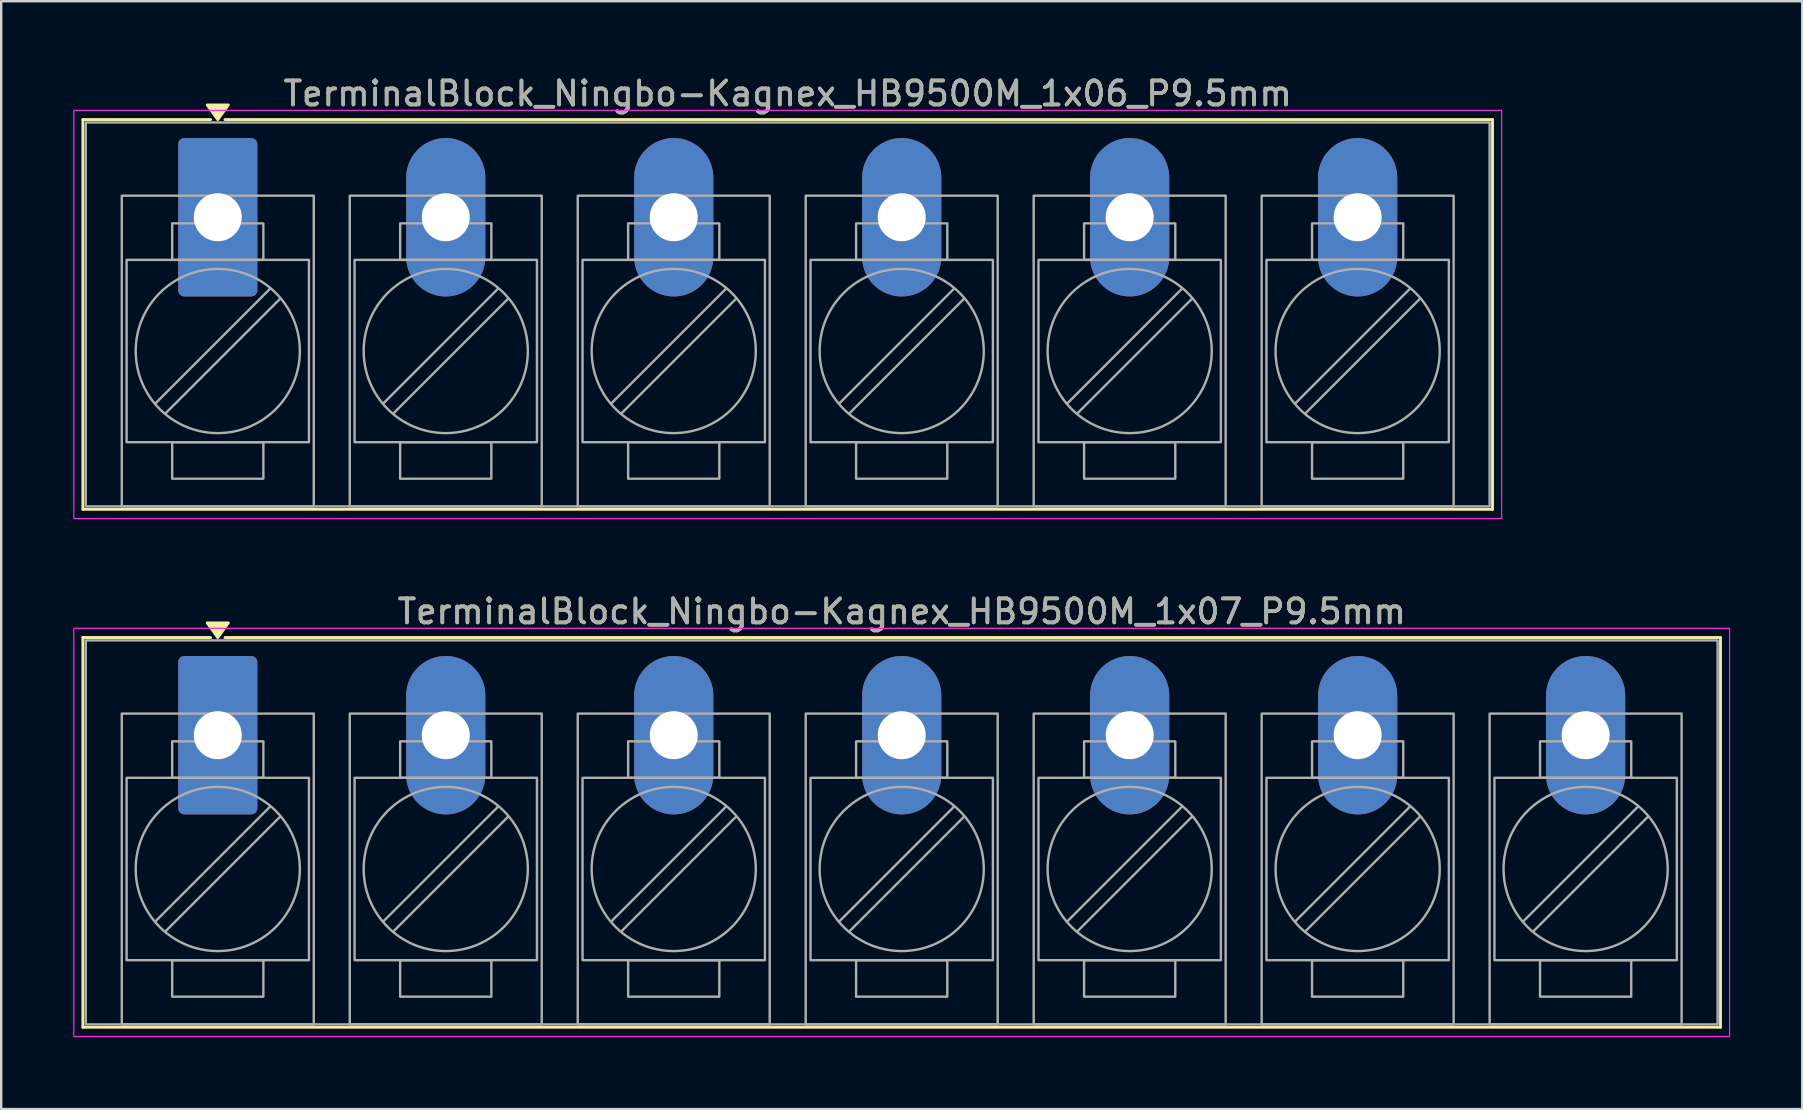
<source format=kicad_pcb>
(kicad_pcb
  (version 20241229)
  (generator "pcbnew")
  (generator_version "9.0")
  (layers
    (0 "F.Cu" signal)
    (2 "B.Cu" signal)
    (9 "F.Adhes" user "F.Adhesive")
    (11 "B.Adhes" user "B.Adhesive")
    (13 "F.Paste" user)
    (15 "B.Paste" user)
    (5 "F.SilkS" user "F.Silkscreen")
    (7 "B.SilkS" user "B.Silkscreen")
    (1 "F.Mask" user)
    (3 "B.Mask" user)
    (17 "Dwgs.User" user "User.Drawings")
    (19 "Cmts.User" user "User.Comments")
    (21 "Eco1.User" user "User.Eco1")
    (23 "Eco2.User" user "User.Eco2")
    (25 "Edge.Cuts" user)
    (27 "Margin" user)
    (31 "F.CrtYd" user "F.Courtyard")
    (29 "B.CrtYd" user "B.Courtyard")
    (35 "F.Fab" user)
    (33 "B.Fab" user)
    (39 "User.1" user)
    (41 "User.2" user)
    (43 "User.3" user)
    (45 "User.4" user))
  (footprint "TerminalBlock_Ningbo-Kagnex_HB9500M_1x06_P9.5mm"
    (layer "F.Cu")
    (at 6.025 6.003)
    (property "Reference" "TerminalBlock_Ningbo-Kagnex_HB9500M_1x06_P9.5mm" (at 23.75 -5.155 0) (layer "F.SilkS") (effects (font (size 1 1) (thickness 0.15))))
    (attr through_hole)
    (fp_line (start -5.62 -4.07) (end -0.3 -4.07) (stroke (width 0.12) (type solid)) (layer "F.SilkS"))
    (fp_line (start -5.62 12.17) (end -5.62 -4.07) (stroke (width 0.12) (type solid)) (layer "F.SilkS"))
    (fp_line (start 0.3 -4.07) (end 53.12 -4.07) (stroke (width 0.12) (type solid)) (layer "F.SilkS"))
    (fp_line (start 53.12 -4.07) (end 53.12 12.17) (stroke (width 0.12) (type solid)) (layer "F.SilkS"))
    (fp_line (start 53.12 12.17) (end -5.62 12.17) (stroke (width 0.12) (type solid)) (layer "F.SilkS"))
    (fp_poly (pts (xy 0 -4.07) (xy -0.44 -4.68) (xy 0.44 -4.68)) (stroke (width 0.12) (type solid)) (fill yes) (layer "F.SilkS"))
    (fp_rect (start -6 -4.455) (end 53.5 12.555) (stroke (width 0.05) (type solid)) (fill no) (layer "F.CrtYd"))
    (fp_line (start 2.176 2.981) (end -2.594 7.751) (stroke (width 0.1) (type solid)) (layer "F.Fab"))
    (fp_line (start 2.594 3.399) (end -2.176 8.169) (stroke (width 0.1) (type solid)) (layer "F.Fab"))
    (fp_line (start 11.676 2.981) (end 6.906 7.751) (stroke (width 0.1) (type solid)) (layer "F.Fab"))
    (fp_line (start 12.094 3.399) (end 7.324 8.169) (stroke (width 0.1) (type solid)) (layer "F.Fab"))
    (fp_line (start 21.176 2.981) (end 16.406 7.751) (stroke (width 0.1) (type solid)) (layer "F.Fab"))
    (fp_line (start 21.594 3.399) (end 16.824 8.169) (stroke (width 0.1) (type solid)) (layer "F.Fab"))
    (fp_line (start 30.676 2.981) (end 25.906 7.751) (stroke (width 0.1) (type solid)) (layer "F.Fab"))
    (fp_line (start 31.094 3.399) (end 26.324 8.169) (stroke (width 0.1) (type solid)) (layer "F.Fab"))
    (fp_line (start 40.176 2.981) (end 35.406 7.751) (stroke (width 0.1) (type solid)) (layer "F.Fab"))
    (fp_line (start 40.594 3.399) (end 35.824 8.169) (stroke (width 0.1) (type solid)) (layer "F.Fab"))
    (fp_line (start 49.676 2.981) (end 44.906 7.751) (stroke (width 0.1) (type solid)) (layer "F.Fab"))
    (fp_line (start 50.094 3.399) (end 45.324 8.169) (stroke (width 0.1) (type solid)) (layer "F.Fab"))
    (fp_rect (start -5.5 -3.95) (end 53 12.05) (stroke (width 0.1) (type solid)) (fill no) (layer "F.Fab"))
    (fp_rect (start -4 -0.9) (end 4 12.05) (stroke (width 0.1) (type solid)) (fill no) (layer "F.Fab"))
    (fp_rect (start -3.8 1.775) (end 3.8 9.375) (stroke (width 0.1) (type solid)) (fill no) (layer "F.Fab"))
    (fp_rect (start -1.9 0.255) (end 1.9 1.775) (stroke (width 0.1) (type solid)) (fill no) (layer "F.Fab"))
    (fp_rect (start -1.9 9.375) (end 1.9 10.895) (stroke (width 0.1) (type solid)) (fill no) (layer "F.Fab"))
    (fp_rect (start 5.5 -0.9) (end 13.5 12.05) (stroke (width 0.1) (type solid)) (fill no) (layer "F.Fab"))
    (fp_rect (start 5.7 1.775) (end 13.3 9.375) (stroke (width 0.1) (type solid)) (fill no) (layer "F.Fab"))
    (fp_rect (start 7.6 0.255) (end 11.4 1.775) (stroke (width 0.1) (type solid)) (fill no) (layer "F.Fab"))
    (fp_rect (start 7.6 9.375) (end 11.4 10.895) (stroke (width 0.1) (type solid)) (fill no) (layer "F.Fab"))
    (fp_rect (start 15 -0.9) (end 23 12.05) (stroke (width 0.1) (type solid)) (fill no) (layer "F.Fab"))
    (fp_rect (start 15.2 1.775) (end 22.8 9.375) (stroke (width 0.1) (type solid)) (fill no) (layer "F.Fab"))
    (fp_rect (start 17.1 0.255) (end 20.9 1.775) (stroke (width 0.1) (type solid)) (fill no) (layer "F.Fab"))
    (fp_rect (start 17.1 9.375) (end 20.9 10.895) (stroke (width 0.1) (type solid)) (fill no) (layer "F.Fab"))
    (fp_rect (start 24.5 -0.9) (end 32.5 12.05) (stroke (width 0.1) (type solid)) (fill no) (layer "F.Fab"))
    (fp_rect (start 24.7 1.775) (end 32.3 9.375) (stroke (width 0.1) (type solid)) (fill no) (layer "F.Fab"))
    (fp_rect (start 26.6 0.255) (end 30.4 1.775) (stroke (width 0.1) (type solid)) (fill no) (layer "F.Fab"))
    (fp_rect (start 26.6 9.375) (end 30.4 10.895) (stroke (width 0.1) (type solid)) (fill no) (layer "F.Fab"))
    (fp_rect (start 34 -0.9) (end 42 12.05) (stroke (width 0.1) (type solid)) (fill no) (layer "F.Fab"))
    (fp_rect (start 34.2 1.775) (end 41.8 9.375) (stroke (width 0.1) (type solid)) (fill no) (layer "F.Fab"))
    (fp_rect (start 36.1 0.255) (end 39.9 1.775) (stroke (width 0.1) (type solid)) (fill no) (layer "F.Fab"))
    (fp_rect (start 36.1 9.375) (end 39.9 10.895) (stroke (width 0.1) (type solid)) (fill no) (layer "F.Fab"))
    (fp_rect (start 43.5 -0.9) (end 51.5 12.05) (stroke (width 0.1) (type solid)) (fill no) (layer "F.Fab"))
    (fp_rect (start 43.7 1.775) (end 51.3 9.375) (stroke (width 0.1) (type solid)) (fill no) (layer "F.Fab"))
    (fp_rect (start 45.6 0.255) (end 49.4 1.775) (stroke (width 0.1) (type solid)) (fill no) (layer "F.Fab"))
    (fp_rect (start 45.6 9.375) (end 49.4 10.895) (stroke (width 0.1) (type solid)) (fill no) (layer "F.Fab"))
    (fp_circle (center 0 5.575) (end 3.42 5.575) (stroke (width 0.1) (type solid)) (fill no) (layer "F.Fab"))
    (fp_circle (center 9.5 5.575) (end 12.92 5.575) (stroke (width 0.1) (type solid)) (fill no) (layer "F.Fab"))
    (fp_circle (center 19 5.575) (end 22.42 5.575) (stroke (width 0.1) (type solid)) (fill no) (layer "F.Fab"))
    (fp_circle (center 28.5 5.575) (end 31.92 5.575) (stroke (width 0.1) (type solid)) (fill no) (layer "F.Fab"))
    (fp_circle (center 38 5.575) (end 41.42 5.575) (stroke (width 0.1) (type solid)) (fill no) (layer "F.Fab"))
    (fp_circle (center 47.5 5.575) (end 50.92 5.575) (stroke (width 0.1) (type solid)) (fill no) (layer "F.Fab"))
    (fp_text user "${REFERENCE}" (at 23.75 -5.155 0) (layer "F.Fab") (effects (font (size 1 1) (thickness 0.15))))
    (pad "1" thru_hole roundrect (at 0 0) (size 3.3 6.6) (drill 2) (layers "*.Cu" "*.Mask") (roundrect_rratio 0.076))
    (pad "2" thru_hole oval (at 9.5 0) (size 3.3 6.6) (drill 2) (layers "*.Cu" "*.Mask"))
    (pad "3" thru_hole oval (at 19 0) (size 3.3 6.6) (drill 2) (layers "*.Cu" "*.Mask"))
    (pad "4" thru_hole oval (at 28.5 0) (size 3.3 6.6) (drill 2) (layers "*.Cu" "*.Mask"))
    (pad "5" thru_hole oval (at 38 0) (size 3.3 6.6) (drill 2) (layers "*.Cu" "*.Mask"))
    (pad "6" thru_hole oval (at 47.5 0) (size 3.3 6.6) (drill 2) (layers "*.Cu" "*.Mask")))
  (footprint "TerminalBlock_Ningbo-Kagnex_HB9500M_1x07_P9.5mm"
    (layer "F.Cu")
    (at 6.025 27.587)
    (property "Reference" "TerminalBlock_Ningbo-Kagnex_HB9500M_1x07_P9.5mm" (at 28.5 -5.155 0) (layer "F.SilkS") (effects (font (size 1 1) (thickness 0.15))))
    (attr through_hole)
    (fp_line (start -5.62 -4.07) (end -0.3 -4.07) (stroke (width 0.12) (type solid)) (layer "F.SilkS"))
    (fp_line (start -5.62 12.17) (end -5.62 -4.07) (stroke (width 0.12) (type solid)) (layer "F.SilkS"))
    (fp_line (start 0.3 -4.07) (end 62.62 -4.07) (stroke (width 0.12) (type solid)) (layer "F.SilkS"))
    (fp_line (start 62.62 -4.07) (end 62.62 12.17) (stroke (width 0.12) (type solid)) (layer "F.SilkS"))
    (fp_line (start 62.62 12.17) (end -5.62 12.17) (stroke (width 0.12) (type solid)) (layer "F.SilkS"))
    (fp_poly (pts (xy 0 -4.07) (xy -0.44 -4.68) (xy 0.44 -4.68)) (stroke (width 0.12) (type solid)) (fill yes) (layer "F.SilkS"))
    (fp_rect (start -6 -4.455) (end 63 12.555) (stroke (width 0.05) (type solid)) (fill no) (layer "F.CrtYd"))
    (fp_line (start 2.176 2.981) (end -2.594 7.751) (stroke (width 0.1) (type solid)) (layer "F.Fab"))
    (fp_line (start 2.594 3.399) (end -2.176 8.169) (stroke (width 0.1) (type solid)) (layer "F.Fab"))
    (fp_line (start 11.676 2.981) (end 6.906 7.751) (stroke (width 0.1) (type solid)) (layer "F.Fab"))
    (fp_line (start 12.094 3.399) (end 7.324 8.169) (stroke (width 0.1) (type solid)) (layer "F.Fab"))
    (fp_line (start 21.176 2.981) (end 16.406 7.751) (stroke (width 0.1) (type solid)) (layer "F.Fab"))
    (fp_line (start 21.594 3.399) (end 16.824 8.169) (stroke (width 0.1) (type solid)) (layer "F.Fab"))
    (fp_line (start 30.676 2.981) (end 25.906 7.751) (stroke (width 0.1) (type solid)) (layer "F.Fab"))
    (fp_line (start 31.094 3.399) (end 26.324 8.169) (stroke (width 0.1) (type solid)) (layer "F.Fab"))
    (fp_line (start 40.176 2.981) (end 35.406 7.751) (stroke (width 0.1) (type solid)) (layer "F.Fab"))
    (fp_line (start 40.594 3.399) (end 35.824 8.169) (stroke (width 0.1) (type solid)) (layer "F.Fab"))
    (fp_line (start 49.676 2.981) (end 44.906 7.751) (stroke (width 0.1) (type solid)) (layer "F.Fab"))
    (fp_line (start 50.094 3.399) (end 45.324 8.169) (stroke (width 0.1) (type solid)) (layer "F.Fab"))
    (fp_line (start 59.176 2.981) (end 54.406 7.751) (stroke (width 0.1) (type solid)) (layer "F.Fab"))
    (fp_line (start 59.594 3.399) (end 54.824 8.169) (stroke (width 0.1) (type solid)) (layer "F.Fab"))
    (fp_rect (start -5.5 -3.95) (end 62.5 12.05) (stroke (width 0.1) (type solid)) (fill no) (layer "F.Fab"))
    (fp_rect (start -4 -0.9) (end 4 12.05) (stroke (width 0.1) (type solid)) (fill no) (layer "F.Fab"))
    (fp_rect (start -3.8 1.775) (end 3.8 9.375) (stroke (width 0.1) (type solid)) (fill no) (layer "F.Fab"))
    (fp_rect (start -1.9 0.255) (end 1.9 1.775) (stroke (width 0.1) (type solid)) (fill no) (layer "F.Fab"))
    (fp_rect (start -1.9 9.375) (end 1.9 10.895) (stroke (width 0.1) (type solid)) (fill no) (layer "F.Fab"))
    (fp_rect (start 5.5 -0.9) (end 13.5 12.05) (stroke (width 0.1) (type solid)) (fill no) (layer "F.Fab"))
    (fp_rect (start 5.7 1.775) (end 13.3 9.375) (stroke (width 0.1) (type solid)) (fill no) (layer "F.Fab"))
    (fp_rect (start 7.6 0.255) (end 11.4 1.775) (stroke (width 0.1) (type solid)) (fill no) (layer "F.Fab"))
    (fp_rect (start 7.6 9.375) (end 11.4 10.895) (stroke (width 0.1) (type solid)) (fill no) (layer "F.Fab"))
    (fp_rect (start 15 -0.9) (end 23 12.05) (stroke (width 0.1) (type solid)) (fill no) (layer "F.Fab"))
    (fp_rect (start 15.2 1.775) (end 22.8 9.375) (stroke (width 0.1) (type solid)) (fill no) (layer "F.Fab"))
    (fp_rect (start 17.1 0.255) (end 20.9 1.775) (stroke (width 0.1) (type solid)) (fill no) (layer "F.Fab"))
    (fp_rect (start 17.1 9.375) (end 20.9 10.895) (stroke (width 0.1) (type solid)) (fill no) (layer "F.Fab"))
    (fp_rect (start 24.5 -0.9) (end 32.5 12.05) (stroke (width 0.1) (type solid)) (fill no) (layer "F.Fab"))
    (fp_rect (start 24.7 1.775) (end 32.3 9.375) (stroke (width 0.1) (type solid)) (fill no) (layer "F.Fab"))
    (fp_rect (start 26.6 0.255) (end 30.4 1.775) (stroke (width 0.1) (type solid)) (fill no) (layer "F.Fab"))
    (fp_rect (start 26.6 9.375) (end 30.4 10.895) (stroke (width 0.1) (type solid)) (fill no) (layer "F.Fab"))
    (fp_rect (start 34 -0.9) (end 42 12.05) (stroke (width 0.1) (type solid)) (fill no) (layer "F.Fab"))
    (fp_rect (start 34.2 1.775) (end 41.8 9.375) (stroke (width 0.1) (type solid)) (fill no) (layer "F.Fab"))
    (fp_rect (start 36.1 0.255) (end 39.9 1.775) (stroke (width 0.1) (type solid)) (fill no) (layer "F.Fab"))
    (fp_rect (start 36.1 9.375) (end 39.9 10.895) (stroke (width 0.1) (type solid)) (fill no) (layer "F.Fab"))
    (fp_rect (start 43.5 -0.9) (end 51.5 12.05) (stroke (width 0.1) (type solid)) (fill no) (layer "F.Fab"))
    (fp_rect (start 43.7 1.775) (end 51.3 9.375) (stroke (width 0.1) (type solid)) (fill no) (layer "F.Fab"))
    (fp_rect (start 45.6 0.255) (end 49.4 1.775) (stroke (width 0.1) (type solid)) (fill no) (layer "F.Fab"))
    (fp_rect (start 45.6 9.375) (end 49.4 10.895) (stroke (width 0.1) (type solid)) (fill no) (layer "F.Fab"))
    (fp_rect (start 53 -0.9) (end 61 12.05) (stroke (width 0.1) (type solid)) (fill no) (layer "F.Fab"))
    (fp_rect (start 53.2 1.775) (end 60.8 9.375) (stroke (width 0.1) (type solid)) (fill no) (layer "F.Fab"))
    (fp_rect (start 55.1 0.255) (end 58.9 1.775) (stroke (width 0.1) (type solid)) (fill no) (layer "F.Fab"))
    (fp_rect (start 55.1 9.375) (end 58.9 10.895) (stroke (width 0.1) (type solid)) (fill no) (layer "F.Fab"))
    (fp_circle (center 0 5.575) (end 3.42 5.575) (stroke (width 0.1) (type solid)) (fill no) (layer "F.Fab"))
    (fp_circle (center 9.5 5.575) (end 12.92 5.575) (stroke (width 0.1) (type solid)) (fill no) (layer "F.Fab"))
    (fp_circle (center 19 5.575) (end 22.42 5.575) (stroke (width 0.1) (type solid)) (fill no) (layer "F.Fab"))
    (fp_circle (center 28.5 5.575) (end 31.92 5.575) (stroke (width 0.1) (type solid)) (fill no) (layer "F.Fab"))
    (fp_circle (center 38 5.575) (end 41.42 5.575) (stroke (width 0.1) (type solid)) (fill no) (layer "F.Fab"))
    (fp_circle (center 47.5 5.575) (end 50.92 5.575) (stroke (width 0.1) (type solid)) (fill no) (layer "F.Fab"))
    (fp_circle (center 57 5.575) (end 60.42 5.575) (stroke (width 0.1) (type solid)) (fill no) (layer "F.Fab"))
    (fp_text user "${REFERENCE}" (at 28.5 -5.155 0) (layer "F.Fab") (effects (font (size 1 1) (thickness 0.15))))
    (pad "1" thru_hole roundrect (at 0 0) (size 3.3 6.6) (drill 2) (layers "*.Cu" "*.Mask") (roundrect_rratio 0.076))
    (pad "2" thru_hole oval (at 9.5 0) (size 3.3 6.6) (drill 2) (layers "*.Cu" "*.Mask"))
    (pad "3" thru_hole oval (at 19 0) (size 3.3 6.6) (drill 2) (layers "*.Cu" "*.Mask"))
    (pad "4" thru_hole oval (at 28.5 0) (size 3.3 6.6) (drill 2) (layers "*.Cu" "*.Mask"))
    (pad "5" thru_hole oval (at 38 0) (size 3.3 6.6) (drill 2) (layers "*.Cu" "*.Mask"))
    (pad "6" thru_hole oval (at 47.5 0) (size 3.3 6.6) (drill 2) (layers "*.Cu" "*.Mask"))
    (pad "7" thru_hole oval (at 57 0) (size 3.3 6.6) (drill 2) (layers "*.Cu" "*.Mask")))
  (gr_rect
    (start -3 -3)
    (end 72.05 43.166)
    (stroke (width 0.1) (type default))
    (fill no)
    (layer "Edge.Cuts")))
</source>
